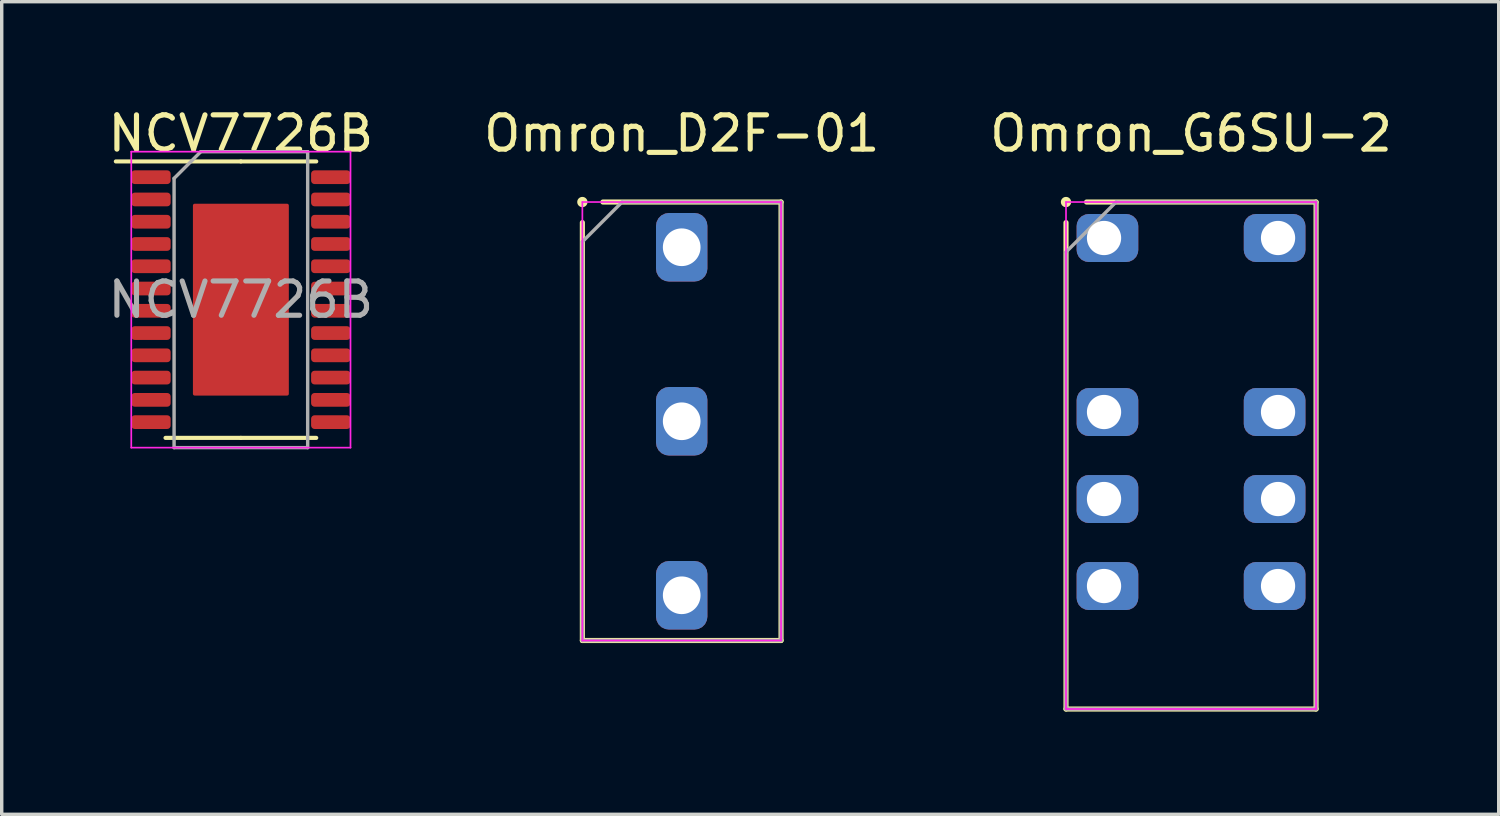
<source format=kicad_pcb>
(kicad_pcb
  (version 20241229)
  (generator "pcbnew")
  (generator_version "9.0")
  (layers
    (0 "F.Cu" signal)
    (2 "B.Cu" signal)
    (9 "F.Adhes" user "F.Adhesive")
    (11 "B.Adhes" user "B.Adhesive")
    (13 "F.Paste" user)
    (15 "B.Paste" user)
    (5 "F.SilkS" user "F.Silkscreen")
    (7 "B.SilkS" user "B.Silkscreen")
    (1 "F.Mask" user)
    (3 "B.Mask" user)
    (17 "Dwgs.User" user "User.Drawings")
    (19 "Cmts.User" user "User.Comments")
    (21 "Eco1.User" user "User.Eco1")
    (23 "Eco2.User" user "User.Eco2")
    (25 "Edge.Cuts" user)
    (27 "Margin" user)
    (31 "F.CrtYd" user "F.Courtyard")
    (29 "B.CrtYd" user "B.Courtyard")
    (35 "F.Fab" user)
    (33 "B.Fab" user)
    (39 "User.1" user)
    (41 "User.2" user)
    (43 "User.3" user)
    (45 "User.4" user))
  (footprint "NCV7726B"
    (layer "F.Cu")
    (at 3.982 5.698)
    (property "Reference" "NCV7726B" (at 0 -4.85 0) (layer "F.SilkS") (effects (font (size 1 1) (thickness 0.15))))
    (attr smd)
    (fp_line (start 0 -4.035) (end -3.65 -4.035) (stroke (width 0.12) (type solid)) (layer "F.SilkS"))
    (fp_line (start 0 -4.035) (end 2.2 -4.035) (stroke (width 0.12) (type solid)) (layer "F.SilkS"))
    (fp_line (start 0 4.035) (end -2.2 4.035) (stroke (width 0.12) (type solid)) (layer "F.SilkS"))
    (fp_line (start 0 4.035) (end 2.2 4.035) (stroke (width 0.12) (type solid)) (layer "F.SilkS"))
    (fp_line (start -3.2 -4.32) (end 3.2 -4.32) (stroke (width 0.05) (type solid)) (layer "F.CrtYd"))
    (fp_line (start -3.2 4.32) (end -3.2 -4.32) (stroke (width 0.05) (type solid)) (layer "F.CrtYd"))
    (fp_line (start 3.2 -4.32) (end 3.2 4.32) (stroke (width 0.05) (type solid)) (layer "F.CrtYd"))
    (fp_line (start 3.2 4.32) (end -3.2 4.32) (stroke (width 0.05) (type solid)) (layer "F.CrtYd"))
    (fp_line (start -1.95 -3.54) (end -1.17 -4.32) (stroke (width 0.1) (type solid)) (layer "F.Fab"))
    (fp_line (start -1.95 4.32) (end -1.95 -3.54) (stroke (width 0.1) (type solid)) (layer "F.Fab"))
    (fp_line (start -1.17 -4.32) (end 1.95 -4.32) (stroke (width 0.1) (type solid)) (layer "F.Fab"))
    (fp_line (start 1.95 -4.32) (end 1.95 4.32) (stroke (width 0.1) (type solid)) (layer "F.Fab"))
    (fp_line (start 1.95 4.32) (end -1.95 4.32) (stroke (width 0.1) (type solid)) (layer "F.Fab"))
    (fp_text user "${REFERENCE}" (at 0 0 0) (layer "F.Fab") (effects (font (size 1 1) (thickness 0.15))))
    (pad "" smd roundrect (at -0.7 -2.1) (size 1.1 1.1) (layers "F.Paste") (roundrect_rratio 0.25))
    (pad "" smd roundrect (at -0.7 -0.7) (size 1.1 1.1) (layers "F.Paste") (roundrect_rratio 0.25))
    (pad "" smd roundrect (at -0.7 0.7) (size 1.1 1.1) (layers "F.Paste") (roundrect_rratio 0.25))
    (pad "" smd roundrect (at -0.7 2.1) (size 1.1 1.1) (layers "F.Paste") (roundrect_rratio 0.25))
    (pad "" smd roundrect (at 0.7 -2.1) (size 1.1 1.1) (layers "F.Paste") (roundrect_rratio 0.25))
    (pad "" smd roundrect (at 0.7 -0.7) (size 1.1 1.1) (layers "F.Paste") (roundrect_rratio 0.25))
    (pad "" smd roundrect (at 0.7 0.7) (size 1.1 1.1) (layers "F.Paste") (roundrect_rratio 0.25))
    (pad "" smd roundrect (at 0.7 2.1) (size 1.1 1.1) (layers "F.Paste") (roundrect_rratio 0.25))
    (pad "1" smd roundrect (at -2.625 -3.575) (size 1.15 0.4) (layers "F.Cu" "F.Mask" "F.Paste") (roundrect_rratio 0.25))
    (pad "2" smd roundrect (at -2.625 -2.925) (size 1.15 0.4) (layers "F.Cu" "F.Mask" "F.Paste") (roundrect_rratio 0.25))
    (pad "3" smd roundrect (at -2.625 -2.275) (size 1.15 0.4) (layers "F.Cu" "F.Mask" "F.Paste") (roundrect_rratio 0.25))
    (pad "4" smd roundrect (at -2.625 -1.625) (size 1.15 0.4) (layers "F.Cu" "F.Mask" "F.Paste") (roundrect_rratio 0.25))
    (pad "5" smd roundrect (at -2.625 -0.975) (size 1.15 0.4) (layers "F.Cu" "F.Mask" "F.Paste") (roundrect_rratio 0.25))
    (pad "6" smd roundrect (at -2.625 -0.325) (size 1.15 0.4) (layers "F.Cu" "F.Mask" "F.Paste") (roundrect_rratio 0.25))
    (pad "7" smd roundrect (at -2.625 0.325) (size 1.15 0.4) (layers "F.Cu" "F.Mask" "F.Paste") (roundrect_rratio 0.25))
    (pad "8" smd roundrect (at -2.625 0.975) (size 1.15 0.4) (layers "F.Cu" "F.Mask" "F.Paste") (roundrect_rratio 0.25))
    (pad "9" smd roundrect (at -2.625 1.625) (size 1.15 0.4) (layers "F.Cu" "F.Mask" "F.Paste") (roundrect_rratio 0.25))
    (pad "10" smd roundrect (at -2.625 2.275) (size 1.15 0.4) (layers "F.Cu" "F.Mask" "F.Paste") (roundrect_rratio 0.25))
    (pad "11" smd roundrect (at -2.625 2.925) (size 1.15 0.4) (layers "F.Cu" "F.Mask" "F.Paste") (roundrect_rratio 0.25))
    (pad "12" smd roundrect (at -2.625 3.575) (size 1.15 0.4) (layers "F.Cu" "F.Mask" "F.Paste") (roundrect_rratio 0.25))
    (pad "13" smd roundrect (at 2.625 3.575) (size 1.15 0.4) (layers "F.Cu" "F.Mask" "F.Paste") (roundrect_rratio 0.25))
    (pad "14" smd roundrect (at 2.625 2.925) (size 1.15 0.4) (layers "F.Cu" "F.Mask" "F.Paste") (roundrect_rratio 0.25))
    (pad "15" smd roundrect (at 2.625 2.275) (size 1.15 0.4) (layers "F.Cu" "F.Mask" "F.Paste") (roundrect_rratio 0.25))
    (pad "16" smd roundrect (at 2.625 1.625) (size 1.15 0.4) (layers "F.Cu" "F.Mask" "F.Paste") (roundrect_rratio 0.25))
    (pad "17" smd roundrect (at 2.625 0.975) (size 1.15 0.4) (layers "F.Cu" "F.Mask" "F.Paste") (roundrect_rratio 0.25))
    (pad "18" smd roundrect (at 2.625 0.325) (size 1.15 0.4) (layers "F.Cu" "F.Mask" "F.Paste") (roundrect_rratio 0.25))
    (pad "19" smd roundrect (at 2.625 -0.325) (size 1.15 0.4) (layers "F.Cu" "F.Mask" "F.Paste") (roundrect_rratio 0.25))
    (pad "20" smd roundrect (at 2.625 -0.975) (size 1.15 0.4) (layers "F.Cu" "F.Mask" "F.Paste") (roundrect_rratio 0.25))
    (pad "21" smd roundrect (at 2.625 -1.625) (size 1.15 0.4) (layers "F.Cu" "F.Mask" "F.Paste") (roundrect_rratio 0.25))
    (pad "22" smd roundrect (at 2.625 -2.275) (size 1.15 0.4) (layers "F.Cu" "F.Mask" "F.Paste") (roundrect_rratio 0.25))
    (pad "23" smd roundrect (at 2.625 -2.925) (size 1.15 0.4) (layers "F.Cu" "F.Mask" "F.Paste") (roundrect_rratio 0.25))
    (pad "24" smd roundrect (at 2.625 -3.575) (size 1.15 0.4) (layers "F.Cu" "F.Mask" "F.Paste") (roundrect_rratio 0.25))
    (pad "25" smd roundrect (at 0 0) (size 2.8 5.6) (layers "F.Cu" "F.Mask") (roundrect_rratio 0.018)))
  (footprint "Omron_D2F-01"
    (layer "F.Cu")
    (at 16.851 9.248)
    (property "Reference" "Omron_D2F-01" (at 0 -8.4 0) (layer "F.SilkS") (effects (font (size 1 1) (thickness 0.15))))
    (attr through_hole)
    (fp_line (start -2.9 -6.4) (end -2.9 -6.4) (stroke (width 0.3) (type solid)) (layer "F.SilkS"))
    (fp_line (start -2.9 6.4) (end -2.9 -5.8) (stroke (width 0.15) (type solid)) (layer "F.SilkS"))
    (fp_line (start -2.3 -6.4) (end 2.9 -6.4) (stroke (width 0.15) (type solid)) (layer "F.SilkS"))
    (fp_line (start 2.9 -6.4) (end 2.9 6.4) (stroke (width 0.15) (type solid)) (layer "F.SilkS"))
    (fp_line (start 2.9 6.4) (end -2.9 6.4) (stroke (width 0.15) (type solid)) (layer "F.SilkS"))
    (fp_line (start -2.9 -6.4) (end 2.9 -6.4) (stroke (width 0.05) (type solid)) (layer "F.CrtYd"))
    (fp_line (start -2.9 6.4) (end -2.9 -6.4) (stroke (width 0.05) (type solid)) (layer "F.CrtYd"))
    (fp_line (start 2.9 -6.4) (end 2.9 6.4) (stroke (width 0.05) (type solid)) (layer "F.CrtYd"))
    (fp_line (start 2.9 6.4) (end -2.9 6.4) (stroke (width 0.05) (type solid)) (layer "F.CrtYd"))
    (fp_line (start -2.9 -5.24) (end -1.74 -6.4) (stroke (width 0.1) (type solid)) (layer "F.Fab"))
    (fp_line (start -2.9 6.4) (end -2.9 -5.24) (stroke (width 0.1) (type solid)) (layer "F.Fab"))
    (fp_line (start -1.74 -6.4) (end 2.9 -6.4) (stroke (width 0.1) (type solid)) (layer "F.Fab"))
    (fp_line (start 2.9 -6.4) (end 2.9 6.4) (stroke (width 0.1) (type solid)) (layer "F.Fab"))
    (fp_line (start 2.9 6.4) (end -2.9 6.4) (stroke (width 0.1) (type solid)) (layer "F.Fab"))
    (pad "1" thru_hole roundrect (at 0 5.08) (size 1.5 2) (drill 1.1) (layers "*.Cu" "*.Mask") (roundrect_rratio 0.25))
    (pad "2" thru_hole roundrect (at 0 -5.08) (size 1.5 2) (drill 1.1) (layers "*.Cu" "*.Mask") (roundrect_rratio 0.25))
    (pad "3" thru_hole roundrect (at 0 0) (size 1.5 2) (drill 1.1) (layers "*.Cu" "*.Mask") (roundrect_rratio 0.25)))
  (footprint "Omron_G6SU-2"
    (layer "F.Cu")
    (at 31.72 3.898)
    (property "Reference" "Omron_G6SU-2" (at 0 -3.05 0) (layer "F.SilkS") (effects (font (size 1 1) (thickness 0.15))))
    (attr through_hole)
    (fp_line (start -3.65 -1.05) (end -3.65 -1.05) (stroke (width 0.3) (type solid)) (layer "F.SilkS"))
    (fp_line (start -3.65 13.75) (end -3.65 -0.45) (stroke (width 0.15) (type solid)) (layer "F.SilkS"))
    (fp_line (start -3.05 -1.05) (end 3.65 -1.05) (stroke (width 0.15) (type solid)) (layer "F.SilkS"))
    (fp_line (start 3.65 -1.05) (end 3.65 13.75) (stroke (width 0.15) (type solid)) (layer "F.SilkS"))
    (fp_line (start 3.65 13.75) (end -3.65 13.75) (stroke (width 0.15) (type solid)) (layer "F.SilkS"))
    (fp_line (start -3.65 -1.05) (end 3.65 -1.05) (stroke (width 0.05) (type solid)) (layer "F.CrtYd"))
    (fp_line (start -3.65 13.75) (end -3.65 -1.05) (stroke (width 0.05) (type solid)) (layer "F.CrtYd"))
    (fp_line (start 3.65 -1.05) (end 3.65 13.75) (stroke (width 0.05) (type solid)) (layer "F.CrtYd"))
    (fp_line (start 3.65 13.75) (end -3.65 13.75) (stroke (width 0.05) (type solid)) (layer "F.CrtYd"))
    (fp_line (start -3.65 0.41) (end -2.19 -1.05) (stroke (width 0.1) (type solid)) (layer "F.Fab"))
    (fp_line (start -3.65 13.75) (end -3.65 0.41) (stroke (width 0.1) (type solid)) (layer "F.Fab"))
    (fp_line (start -2.19 -1.05) (end 3.65 -1.05) (stroke (width 0.1) (type solid)) (layer "F.Fab"))
    (fp_line (start 3.65 -1.05) (end 3.65 13.75) (stroke (width 0.1) (type solid)) (layer "F.Fab"))
    (fp_line (start 3.65 13.75) (end -3.65 13.75) (stroke (width 0.1) (type solid)) (layer "F.Fab"))
    (pad "1" thru_hole roundrect (at -2.54 0) (size 1.8 1.4) (drill 1 (offset 0.1 0)) (layers "*.Cu" "*.Mask") (roundrect_rratio 0.25))
    (pad "3" thru_hole roundrect (at -2.54 5.08) (size 1.8 1.4) (drill 1 (offset 0.1 0)) (layers "*.Cu" "*.Mask") (roundrect_rratio 0.25))
    (pad "4" thru_hole roundrect (at -2.54 7.62) (size 1.8 1.4) (drill 1 (offset 0.1 0)) (layers "*.Cu" "*.Mask") (roundrect_rratio 0.25))
    (pad "5" thru_hole roundrect (at -2.54 10.16) (size 1.8 1.4) (drill 1 (offset 0.1 0)) (layers "*.Cu" "*.Mask") (roundrect_rratio 0.25))
    (pad "8" thru_hole roundrect (at 2.54 10.16) (size 1.8 1.4) (drill 1 (offset -0.1 0)) (layers "*.Cu" "*.Mask") (roundrect_rratio 0.25))
    (pad "9" thru_hole roundrect (at 2.54 7.62) (size 1.8 1.4) (drill 1 (offset -0.1 0)) (layers "*.Cu" "*.Mask") (roundrect_rratio 0.25))
    (pad "10" thru_hole roundrect (at 2.54 5.08) (size 1.8 1.4) (drill 1 (offset -0.1 0)) (layers "*.Cu" "*.Mask") (roundrect_rratio 0.25))
    (pad "12" thru_hole roundrect (at 2.54 0) (size 1.8 1.4) (drill 1 (offset -0.1 0)) (layers "*.Cu" "*.Mask") (roundrect_rratio 0.25)))
  (gr_rect
    (start -3 -3)
    (end 40.702 20.723)
    (stroke (width 0.1) (type default))
    (fill no)
    (layer "Edge.Cuts")))
</source>
